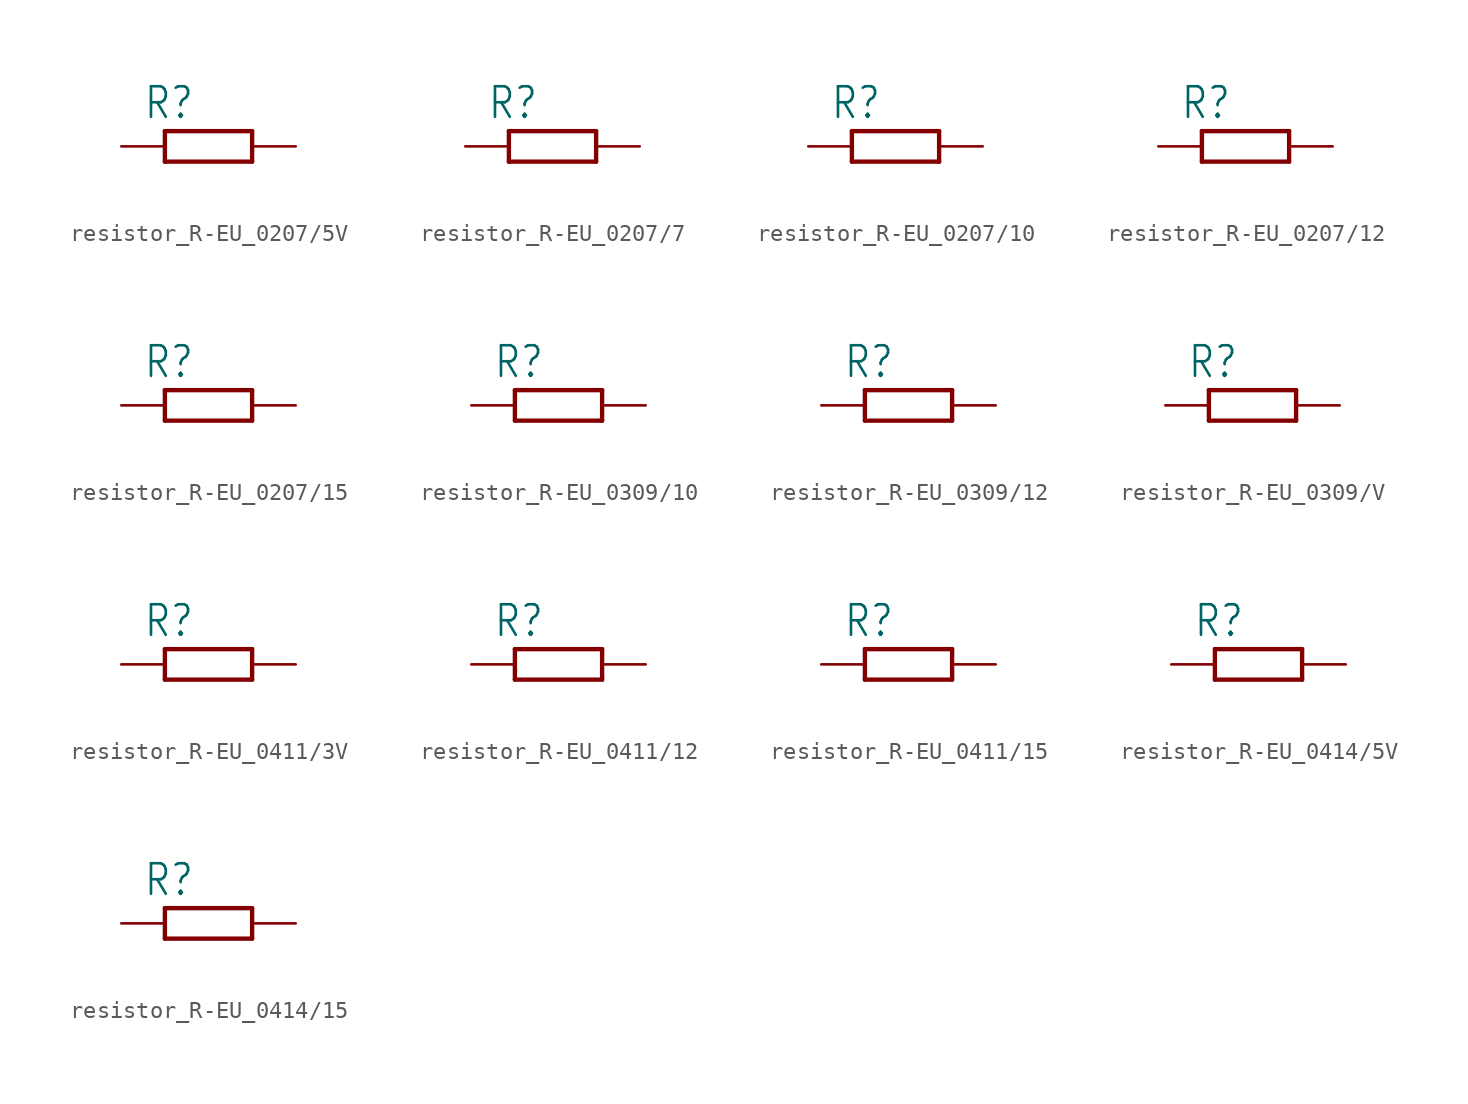
<source format=kicad_sym>
(kicad_symbol_lib
  (version 20220914)
  (generator kicad_symbol_editor)
  (symbol "resistor_R-EU_0207/5V"
    (property "Reference" "R"
      (at -3.81 1.499 0)
      (effects (font (size 1.778 1.511)) (justify left bottom)))
    (property "Value" ""
      (at -3.81 -3.302 0)
      (effects (font (size 1.778 1.511)) (justify left bottom)))
    (property "ki_locked" ""
      (at 0 0 0)
      (effects (font (size 1.27 1.27))))
    (symbol "resistor_R-EU_0207/5V_1_0"
      (polyline (pts (xy -2.54 -0.889) (xy -2.54 0.889)) (stroke (width 0.254) (type solid)) (fill (type none)))
      (polyline (pts (xy -2.54 -0.889) (xy 2.54 -0.889)) (stroke (width 0.254) (type solid)) (fill (type none)))
      (polyline (pts (xy 2.54 -0.889) (xy 2.54 0.889)) (stroke (width 0.254) (type solid)) (fill (type none)))
      (polyline (pts (xy 2.54 0.889) (xy -2.54 0.889)) (stroke (width 0.254) (type solid)) (fill (type none)))
      (pin passive line (at -5.08 0 0) (length 2.54) (name "1" (effects (font (size 0 0)))) (number "1" (effects (font (size 0 0)))))
      (pin passive line (at 5.08 0 180) (length 2.54) (name "2" (effects (font (size 0 0)))) (number "2" (effects (font (size 0 0)))))))
  (symbol "resistor_R-EU_0207/7"
    (property "Reference" "R"
      (at -3.81 1.499 0)
      (effects (font (size 1.778 1.511)) (justify left bottom)))
    (property "Value" ""
      (at -3.81 -3.302 0)
      (effects (font (size 1.778 1.511)) (justify left bottom)))
    (property "ki_locked" ""
      (at 0 0 0)
      (effects (font (size 1.27 1.27))))
    (symbol "resistor_R-EU_0207/7_1_0"
      (polyline (pts (xy -2.54 -0.889) (xy -2.54 0.889)) (stroke (width 0.254) (type solid)) (fill (type none)))
      (polyline (pts (xy -2.54 -0.889) (xy 2.54 -0.889)) (stroke (width 0.254) (type solid)) (fill (type none)))
      (polyline (pts (xy 2.54 -0.889) (xy 2.54 0.889)) (stroke (width 0.254) (type solid)) (fill (type none)))
      (polyline (pts (xy 2.54 0.889) (xy -2.54 0.889)) (stroke (width 0.254) (type solid)) (fill (type none)))
      (pin passive line (at -5.08 0 0) (length 2.54) (name "1" (effects (font (size 0 0)))) (number "1" (effects (font (size 0 0)))))
      (pin passive line (at 5.08 0 180) (length 2.54) (name "2" (effects (font (size 0 0)))) (number "2" (effects (font (size 0 0)))))))
  (symbol "resistor_R-EU_0207/10"
    (property "Reference" "R"
      (at -3.81 1.499 0)
      (effects (font (size 1.778 1.511)) (justify left bottom)))
    (property "Value" ""
      (at -3.81 -3.302 0)
      (effects (font (size 1.778 1.511)) (justify left bottom)))
    (property "ki_locked" ""
      (at 0 0 0)
      (effects (font (size 1.27 1.27))))
    (symbol "resistor_R-EU_0207/10_1_0"
      (polyline (pts (xy -2.54 -0.889) (xy -2.54 0.889)) (stroke (width 0.254) (type solid)) (fill (type none)))
      (polyline (pts (xy -2.54 -0.889) (xy 2.54 -0.889)) (stroke (width 0.254) (type solid)) (fill (type none)))
      (polyline (pts (xy 2.54 -0.889) (xy 2.54 0.889)) (stroke (width 0.254) (type solid)) (fill (type none)))
      (polyline (pts (xy 2.54 0.889) (xy -2.54 0.889)) (stroke (width 0.254) (type solid)) (fill (type none)))
      (pin passive line (at -5.08 0 0) (length 2.54) (name "1" (effects (font (size 0 0)))) (number "1" (effects (font (size 0 0)))))
      (pin passive line (at 5.08 0 180) (length 2.54) (name "2" (effects (font (size 0 0)))) (number "2" (effects (font (size 0 0)))))))
  (symbol "resistor_R-EU_0207/12"
    (property "Reference" "R"
      (at -3.81 1.499 0)
      (effects (font (size 1.778 1.511)) (justify left bottom)))
    (property "Value" ""
      (at -3.81 -3.302 0)
      (effects (font (size 1.778 1.511)) (justify left bottom)))
    (property "ki_locked" ""
      (at 0 0 0)
      (effects (font (size 1.27 1.27))))
    (symbol "resistor_R-EU_0207/12_1_0"
      (polyline (pts (xy -2.54 -0.889) (xy -2.54 0.889)) (stroke (width 0.254) (type solid)) (fill (type none)))
      (polyline (pts (xy -2.54 -0.889) (xy 2.54 -0.889)) (stroke (width 0.254) (type solid)) (fill (type none)))
      (polyline (pts (xy 2.54 -0.889) (xy 2.54 0.889)) (stroke (width 0.254) (type solid)) (fill (type none)))
      (polyline (pts (xy 2.54 0.889) (xy -2.54 0.889)) (stroke (width 0.254) (type solid)) (fill (type none)))
      (pin passive line (at -5.08 0 0) (length 2.54) (name "1" (effects (font (size 0 0)))) (number "1" (effects (font (size 0 0)))))
      (pin passive line (at 5.08 0 180) (length 2.54) (name "2" (effects (font (size 0 0)))) (number "2" (effects (font (size 0 0)))))))
  (symbol "resistor_R-EU_0207/15"
    (property "Reference" "R"
      (at -3.81 1.499 0)
      (effects (font (size 1.778 1.511)) (justify left bottom)))
    (property "Value" ""
      (at -3.81 -3.302 0)
      (effects (font (size 1.778 1.511)) (justify left bottom)))
    (property "ki_locked" ""
      (at 0 0 0)
      (effects (font (size 1.27 1.27))))
    (symbol "resistor_R-EU_0207/15_1_0"
      (polyline (pts (xy -2.54 -0.889) (xy -2.54 0.889)) (stroke (width 0.254) (type solid)) (fill (type none)))
      (polyline (pts (xy -2.54 -0.889) (xy 2.54 -0.889)) (stroke (width 0.254) (type solid)) (fill (type none)))
      (polyline (pts (xy 2.54 -0.889) (xy 2.54 0.889)) (stroke (width 0.254) (type solid)) (fill (type none)))
      (polyline (pts (xy 2.54 0.889) (xy -2.54 0.889)) (stroke (width 0.254) (type solid)) (fill (type none)))
      (pin passive line (at -5.08 0 0) (length 2.54) (name "1" (effects (font (size 0 0)))) (number "1" (effects (font (size 0 0)))))
      (pin passive line (at 5.08 0 180) (length 2.54) (name "2" (effects (font (size 0 0)))) (number "2" (effects (font (size 0 0)))))))
  (symbol "resistor_R-EU_0309/10"
    (property "Reference" "R"
      (at -3.81 1.499 0)
      (effects (font (size 1.778 1.511)) (justify left bottom)))
    (property "Value" ""
      (at -3.81 -3.302 0)
      (effects (font (size 1.778 1.511)) (justify left bottom)))
    (property "ki_locked" ""
      (at 0 0 0)
      (effects (font (size 1.27 1.27))))
    (symbol "resistor_R-EU_0309/10_1_0"
      (polyline (pts (xy -2.54 -0.889) (xy -2.54 0.889)) (stroke (width 0.254) (type solid)) (fill (type none)))
      (polyline (pts (xy -2.54 -0.889) (xy 2.54 -0.889)) (stroke (width 0.254) (type solid)) (fill (type none)))
      (polyline (pts (xy 2.54 -0.889) (xy 2.54 0.889)) (stroke (width 0.254) (type solid)) (fill (type none)))
      (polyline (pts (xy 2.54 0.889) (xy -2.54 0.889)) (stroke (width 0.254) (type solid)) (fill (type none)))
      (pin passive line (at -5.08 0 0) (length 2.54) (name "1" (effects (font (size 0 0)))) (number "1" (effects (font (size 0 0)))))
      (pin passive line (at 5.08 0 180) (length 2.54) (name "2" (effects (font (size 0 0)))) (number "2" (effects (font (size 0 0)))))))
  (symbol "resistor_R-EU_0309/12"
    (property "Reference" "R"
      (at -3.81 1.499 0)
      (effects (font (size 1.778 1.511)) (justify left bottom)))
    (property "Value" ""
      (at -3.81 -3.302 0)
      (effects (font (size 1.778 1.511)) (justify left bottom)))
    (property "ki_locked" ""
      (at 0 0 0)
      (effects (font (size 1.27 1.27))))
    (symbol "resistor_R-EU_0309/12_1_0"
      (polyline (pts (xy -2.54 -0.889) (xy -2.54 0.889)) (stroke (width 0.254) (type solid)) (fill (type none)))
      (polyline (pts (xy -2.54 -0.889) (xy 2.54 -0.889)) (stroke (width 0.254) (type solid)) (fill (type none)))
      (polyline (pts (xy 2.54 -0.889) (xy 2.54 0.889)) (stroke (width 0.254) (type solid)) (fill (type none)))
      (polyline (pts (xy 2.54 0.889) (xy -2.54 0.889)) (stroke (width 0.254) (type solid)) (fill (type none)))
      (pin passive line (at -5.08 0 0) (length 2.54) (name "1" (effects (font (size 0 0)))) (number "1" (effects (font (size 0 0)))))
      (pin passive line (at 5.08 0 180) (length 2.54) (name "2" (effects (font (size 0 0)))) (number "2" (effects (font (size 0 0)))))))
  (symbol "resistor_R-EU_0309/V"
    (property "Reference" "R"
      (at -3.81 1.499 0)
      (effects (font (size 1.778 1.511)) (justify left bottom)))
    (property "Value" ""
      (at -3.81 -3.302 0)
      (effects (font (size 1.778 1.511)) (justify left bottom)))
    (property "ki_locked" ""
      (at 0 0 0)
      (effects (font (size 1.27 1.27))))
    (symbol "resistor_R-EU_0309/V_1_0"
      (polyline (pts (xy -2.54 -0.889) (xy -2.54 0.889)) (stroke (width 0.254) (type solid)) (fill (type none)))
      (polyline (pts (xy -2.54 -0.889) (xy 2.54 -0.889)) (stroke (width 0.254) (type solid)) (fill (type none)))
      (polyline (pts (xy 2.54 -0.889) (xy 2.54 0.889)) (stroke (width 0.254) (type solid)) (fill (type none)))
      (polyline (pts (xy 2.54 0.889) (xy -2.54 0.889)) (stroke (width 0.254) (type solid)) (fill (type none)))
      (pin passive line (at -5.08 0 0) (length 2.54) (name "1" (effects (font (size 0 0)))) (number "1" (effects (font (size 0 0)))))
      (pin passive line (at 5.08 0 180) (length 2.54) (name "2" (effects (font (size 0 0)))) (number "2" (effects (font (size 0 0)))))))
  (symbol "resistor_R-EU_0411/3V"
    (property "Reference" "R"
      (at -3.81 1.499 0)
      (effects (font (size 1.778 1.511)) (justify left bottom)))
    (property "Value" ""
      (at -3.81 -3.302 0)
      (effects (font (size 1.778 1.511)) (justify left bottom)))
    (property "ki_locked" ""
      (at 0 0 0)
      (effects (font (size 1.27 1.27))))
    (symbol "resistor_R-EU_0411/3V_1_0"
      (polyline (pts (xy -2.54 -0.889) (xy -2.54 0.889)) (stroke (width 0.254) (type solid)) (fill (type none)))
      (polyline (pts (xy -2.54 -0.889) (xy 2.54 -0.889)) (stroke (width 0.254) (type solid)) (fill (type none)))
      (polyline (pts (xy 2.54 -0.889) (xy 2.54 0.889)) (stroke (width 0.254) (type solid)) (fill (type none)))
      (polyline (pts (xy 2.54 0.889) (xy -2.54 0.889)) (stroke (width 0.254) (type solid)) (fill (type none)))
      (pin passive line (at -5.08 0 0) (length 2.54) (name "1" (effects (font (size 0 0)))) (number "1" (effects (font (size 0 0)))))
      (pin passive line (at 5.08 0 180) (length 2.54) (name "2" (effects (font (size 0 0)))) (number "2" (effects (font (size 0 0)))))))
  (symbol "resistor_R-EU_0411/12"
    (property "Reference" "R"
      (at -3.81 1.499 0)
      (effects (font (size 1.778 1.511)) (justify left bottom)))
    (property "Value" ""
      (at -3.81 -3.302 0)
      (effects (font (size 1.778 1.511)) (justify left bottom)))
    (property "ki_locked" ""
      (at 0 0 0)
      (effects (font (size 1.27 1.27))))
    (symbol "resistor_R-EU_0411/12_1_0"
      (polyline (pts (xy -2.54 -0.889) (xy -2.54 0.889)) (stroke (width 0.254) (type solid)) (fill (type none)))
      (polyline (pts (xy -2.54 -0.889) (xy 2.54 -0.889)) (stroke (width 0.254) (type solid)) (fill (type none)))
      (polyline (pts (xy 2.54 -0.889) (xy 2.54 0.889)) (stroke (width 0.254) (type solid)) (fill (type none)))
      (polyline (pts (xy 2.54 0.889) (xy -2.54 0.889)) (stroke (width 0.254) (type solid)) (fill (type none)))
      (pin passive line (at -5.08 0 0) (length 2.54) (name "1" (effects (font (size 0 0)))) (number "1" (effects (font (size 0 0)))))
      (pin passive line (at 5.08 0 180) (length 2.54) (name "2" (effects (font (size 0 0)))) (number "2" (effects (font (size 0 0)))))))
  (symbol "resistor_R-EU_0411/15"
    (property "Reference" "R"
      (at -3.81 1.499 0)
      (effects (font (size 1.778 1.511)) (justify left bottom)))
    (property "Value" ""
      (at -3.81 -3.302 0)
      (effects (font (size 1.778 1.511)) (justify left bottom)))
    (property "ki_locked" ""
      (at 0 0 0)
      (effects (font (size 1.27 1.27))))
    (symbol "resistor_R-EU_0411/15_1_0"
      (polyline (pts (xy -2.54 -0.889) (xy -2.54 0.889)) (stroke (width 0.254) (type solid)) (fill (type none)))
      (polyline (pts (xy -2.54 -0.889) (xy 2.54 -0.889)) (stroke (width 0.254) (type solid)) (fill (type none)))
      (polyline (pts (xy 2.54 -0.889) (xy 2.54 0.889)) (stroke (width 0.254) (type solid)) (fill (type none)))
      (polyline (pts (xy 2.54 0.889) (xy -2.54 0.889)) (stroke (width 0.254) (type solid)) (fill (type none)))
      (pin passive line (at -5.08 0 0) (length 2.54) (name "1" (effects (font (size 0 0)))) (number "1" (effects (font (size 0 0)))))
      (pin passive line (at 5.08 0 180) (length 2.54) (name "2" (effects (font (size 0 0)))) (number "2" (effects (font (size 0 0)))))))
  (symbol "resistor_R-EU_0414/5V"
    (property "Reference" "R"
      (at -3.81 1.499 0)
      (effects (font (size 1.778 1.511)) (justify left bottom)))
    (property "Value" ""
      (at -3.81 -3.302 0)
      (effects (font (size 1.778 1.511)) (justify left bottom)))
    (property "ki_locked" ""
      (at 0 0 0)
      (effects (font (size 1.27 1.27))))
    (symbol "resistor_R-EU_0414/5V_1_0"
      (polyline (pts (xy -2.54 -0.889) (xy -2.54 0.889)) (stroke (width 0.254) (type solid)) (fill (type none)))
      (polyline (pts (xy -2.54 -0.889) (xy 2.54 -0.889)) (stroke (width 0.254) (type solid)) (fill (type none)))
      (polyline (pts (xy 2.54 -0.889) (xy 2.54 0.889)) (stroke (width 0.254) (type solid)) (fill (type none)))
      (polyline (pts (xy 2.54 0.889) (xy -2.54 0.889)) (stroke (width 0.254) (type solid)) (fill (type none)))
      (pin passive line (at -5.08 0 0) (length 2.54) (name "1" (effects (font (size 0 0)))) (number "1" (effects (font (size 0 0)))))
      (pin passive line (at 5.08 0 180) (length 2.54) (name "2" (effects (font (size 0 0)))) (number "2" (effects (font (size 0 0)))))))
  (symbol "resistor_R-EU_0414/15"
    (property "Reference" "R"
      (at -3.81 1.499 0)
      (effects (font (size 1.778 1.511)) (justify left bottom)))
    (property "Value" ""
      (at -3.81 -3.302 0)
      (effects (font (size 1.778 1.511)) (justify left bottom)))
    (property "ki_locked" ""
      (at 0 0 0)
      (effects (font (size 1.27 1.27))))
    (symbol "resistor_R-EU_0414/15_1_0"
      (polyline (pts (xy -2.54 -0.889) (xy -2.54 0.889)) (stroke (width 0.254) (type solid)) (fill (type none)))
      (polyline (pts (xy -2.54 -0.889) (xy 2.54 -0.889)) (stroke (width 0.254) (type solid)) (fill (type none)))
      (polyline (pts (xy 2.54 -0.889) (xy 2.54 0.889)) (stroke (width 0.254) (type solid)) (fill (type none)))
      (polyline (pts (xy 2.54 0.889) (xy -2.54 0.889)) (stroke (width 0.254) (type solid)) (fill (type none)))
      (pin passive line (at -5.08 0 0) (length 2.54) (name "1" (effects (font (size 0 0)))) (number "1" (effects (font (size 0 0)))))
      (pin passive line (at 5.08 0 180) (length 2.54) (name "2" (effects (font (size 0 0)))) (number "2" (effects (font (size 0 0))))))))
</source>
